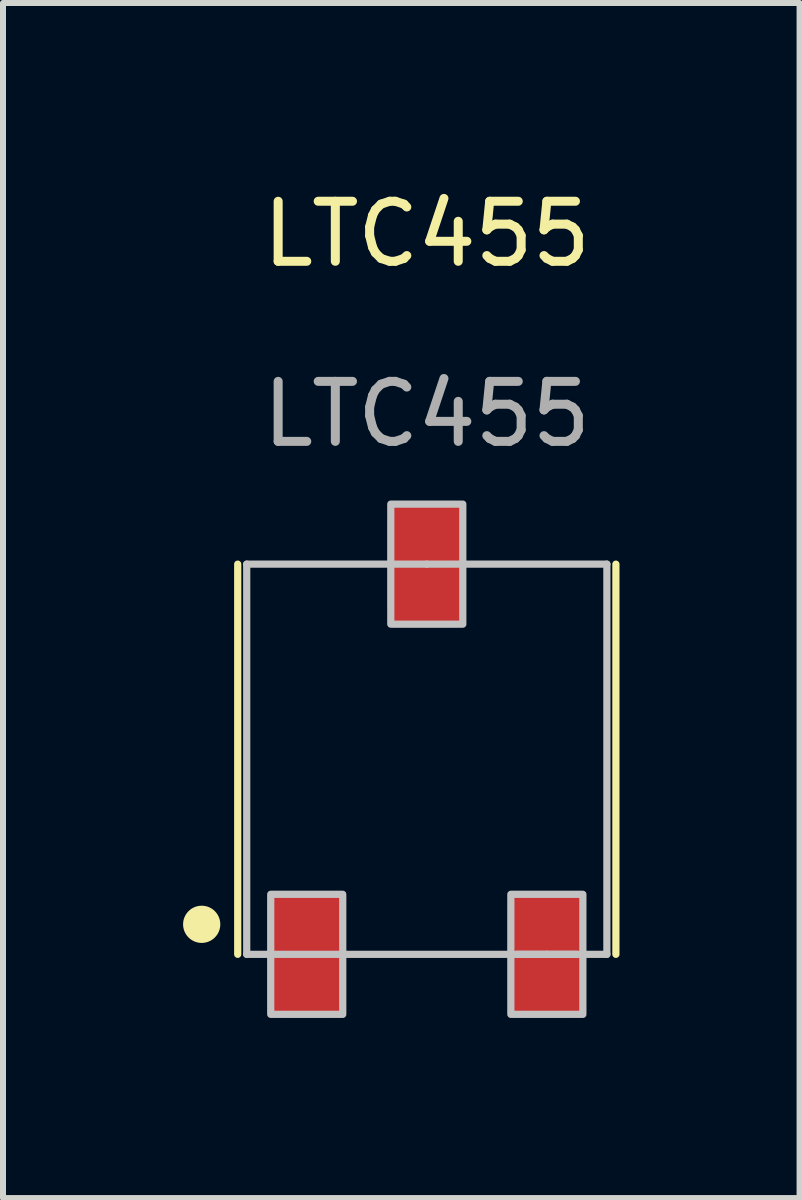
<source format=kicad_pcb>
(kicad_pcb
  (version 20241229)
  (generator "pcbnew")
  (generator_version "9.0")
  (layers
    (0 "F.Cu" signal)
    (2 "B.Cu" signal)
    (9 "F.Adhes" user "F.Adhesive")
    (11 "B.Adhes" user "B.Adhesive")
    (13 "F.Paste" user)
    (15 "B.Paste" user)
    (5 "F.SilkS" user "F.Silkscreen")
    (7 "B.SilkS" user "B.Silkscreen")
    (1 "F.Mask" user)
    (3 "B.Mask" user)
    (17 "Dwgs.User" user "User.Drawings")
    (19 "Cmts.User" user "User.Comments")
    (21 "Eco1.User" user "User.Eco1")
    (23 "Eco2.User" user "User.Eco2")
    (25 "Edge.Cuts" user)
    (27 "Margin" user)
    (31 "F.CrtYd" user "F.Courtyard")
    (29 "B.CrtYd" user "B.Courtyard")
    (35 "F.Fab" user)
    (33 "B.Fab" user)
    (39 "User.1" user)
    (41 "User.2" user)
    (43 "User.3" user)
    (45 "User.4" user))
  (footprint "LTC455"
    (layer "F.Cu")
    (at 4.06 1.348)
    (property "Reference" "LTC455" (at 0 -0.5 0) (unlocked yes) (layer "F.SilkS") (effects (font (size 1 1) (thickness 0.15))))
    (attr smd)
    (fp_line (start -3.15 5) (end -3.15 11.5) (stroke (width 0.12) (type default)) (layer "F.SilkS"))
    (fp_line (start 3.15 11.5) (end 3.15 5) (stroke (width 0.12) (type default)) (layer "F.SilkS"))
    (fp_circle (center -3.75 11) (end -3.5 11) (stroke (width 0.12) (type solid)) (fill yes) (layer "F.SilkS"))
    (fp_line (start -3 5) (end -3 11.5) (stroke (width 0.12) (type default)) (layer "Dwgs.User"))
    (fp_line (start -3 11.5) (end 3 11.5) (stroke (width 0.12) (type default)) (layer "Dwgs.User"))
    (fp_line (start 0 5) (end -3 5) (stroke (width 0.12) (type default)) (layer "Dwgs.User"))
    (fp_line (start 2 11.5) (end 1.5 11.5) (stroke (width 0.12) (type default)) (layer "Dwgs.User"))
    (fp_line (start 2 11.5) (end 2.5 11.5) (stroke (width 0.12) (type default)) (layer "Dwgs.User"))
    (fp_line (start 3 5) (end 0 5) (stroke (width 0.12) (type default)) (layer "Dwgs.User"))
    (fp_line (start 3 11.5) (end 3 5) (stroke (width 0.12) (type default)) (layer "Dwgs.User"))
    (fp_rect (start -2.6 10.5) (end -1.4 12.5) (stroke (width 0.12) (type default)) (fill no) (layer "Dwgs.User"))
    (fp_rect (start -0.6 4) (end 0.6 6) (stroke (width 0.12) (type default)) (fill no) (layer "Dwgs.User"))
    (fp_rect (start 1.4 10.5) (end 2.6 12.5) (stroke (width 0.12) (type default)) (fill no) (layer "Dwgs.User"))
    (fp_text user "${REFERENCE}" (at 0 2.5 0) (unlocked yes) (layer "F.Fab") (effects (font (size 1 1) (thickness 0.15))))
    (pad "1" smd roundrect (at -2 11.5) (size 1.3 2.1) (layers "F.Cu" "F.Mask" "F.Paste") (roundrect_rratio 0.25))
    (pad "2" smd roundrect (at 2 11.5) (size 1.3 2.1) (layers "F.Cu" "F.Mask" "F.Paste") (roundrect_rratio 0.25))
    (pad "3" smd roundrect (at 0 5) (size 1.3 2.1) (layers "F.Cu" "F.Mask" "F.Paste") (roundrect_rratio 0.25)))
  (gr_rect
    (start -3 -3)
    (end 10.27 16.908)
    (stroke (width 0.1) (type default))
    (fill no)
    (layer "Edge.Cuts")))
</source>
